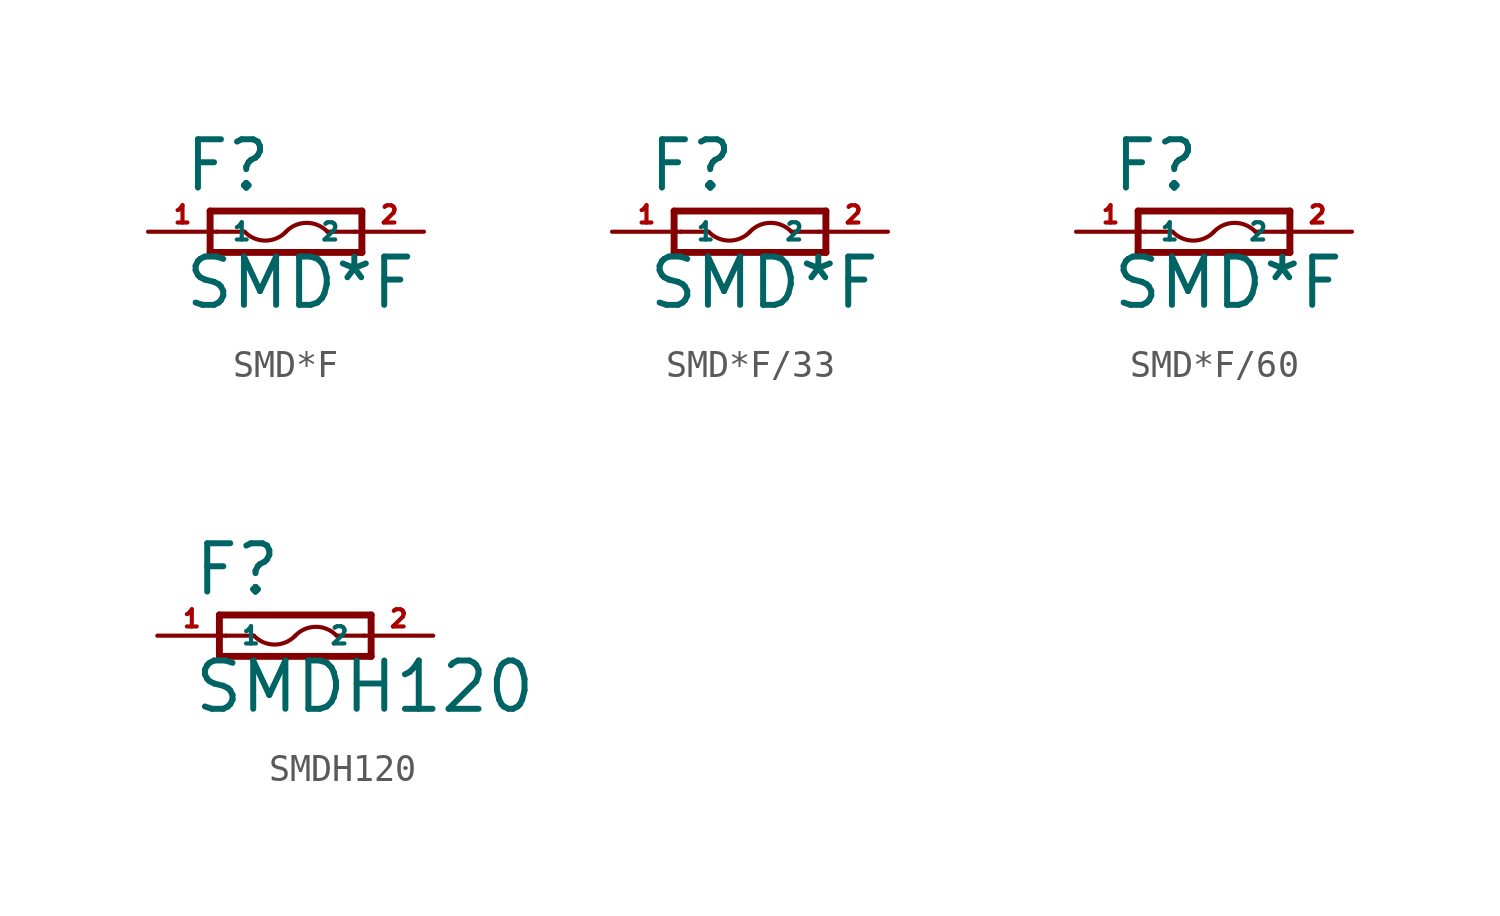
<source format=kicad_sym>
(kicad_symbol_lib
  (version 20220914)
  (generator Eagle2Kicad)
  (symbol "SMD*F"
    (property "Reference" "F"
      (at -3.81 1.397 0)
      (effects (font (size 1.778 1.778) (thickness 0.22)) (justify left bottom)))
    (property "Value" "SMD*F"
      (at -3.81 -2.921 0)
      (effects (font (size 1.778 1.778) (thickness 0.22)) (justify left bottom)))
    (polyline
      (pts (xy -2.794 -0.762) (xy 2.794 -0.762))
      (stroke (width 0.254) (type default))
      (fill (type none)))
    (polyline
      (pts (xy 2.794 0.762) (xy -2.794 0.762))
      (stroke (width 0.254) (type default))
      (fill (type none)))
    (polyline
      (pts (xy 2.794 -0.762) (xy 2.794 0.762))
      (stroke (width 0.254) (type default))
      (fill (type none)))
    (polyline
      (pts (xy -2.794 0.762) (xy -2.794 -0.762))
      (stroke (width 0.254) (type default))
      (fill (type none)))
    (polyline
      (pts (xy -2.54 0) (xy -1.524 0))
      (stroke (width 0.152) (type default))
      (fill (type none)))
    (arc
      (start -1.524 0)
      (mid -0.762 -0.327)
      (end 0 0)
      (stroke (width 0.1524) (type default))
      (fill (type none)))
    (polyline
      (pts (xy 1.524 0) (xy 2.54 0))
      (stroke (width 0.152) (type default))
      (fill (type none)))
    (arc
      (start 1.524 0)
      (mid 0.762 0.327)
      (end 0 0)
      (stroke (width 0.1524) (type default))
      (fill (type none)))
    (pin passive line
      (at 5.08 0 180)
      (length 2.54)
      (name "2" (effects (font (size 0.635 0.635) (thickness 0.08)) (justify left bottom)))
      (number "2" (effects (font (size 0.635 0.635) (thickness 0.08)) (justify left bottom))))
    (pin passive line
      (at -5.08 0 0)
      (length 2.54)
      (name "1" (effects (font (size 0.635 0.635) (thickness 0.08)) (justify left bottom)))
      (number "1" (effects (font (size 0.635 0.635) (thickness 0.08)) (justify left bottom)))))
  (symbol "SMD*F/33"
    (property "Reference" "F"
      (at -3.81 1.397 0)
      (effects (font (size 1.778 1.778) (thickness 0.22)) (justify left bottom)))
    (property "Value" "SMD*F"
      (at -3.81 -2.921 0)
      (effects (font (size 1.778 1.778) (thickness 0.22)) (justify left bottom)))
    (polyline
      (pts (xy -2.794 -0.762) (xy 2.794 -0.762))
      (stroke (width 0.254) (type default))
      (fill (type none)))
    (polyline
      (pts (xy 2.794 0.762) (xy -2.794 0.762))
      (stroke (width 0.254) (type default))
      (fill (type none)))
    (polyline
      (pts (xy 2.794 -0.762) (xy 2.794 0.762))
      (stroke (width 0.254) (type default))
      (fill (type none)))
    (polyline
      (pts (xy -2.794 0.762) (xy -2.794 -0.762))
      (stroke (width 0.254) (type default))
      (fill (type none)))
    (polyline
      (pts (xy -2.54 0) (xy -1.524 0))
      (stroke (width 0.152) (type default))
      (fill (type none)))
    (arc
      (start -1.524 0)
      (mid -0.762 -0.327)
      (end 0 0)
      (stroke (width 0.1524) (type default))
      (fill (type none)))
    (polyline
      (pts (xy 1.524 0) (xy 2.54 0))
      (stroke (width 0.152) (type default))
      (fill (type none)))
    (arc
      (start 1.524 0)
      (mid 0.762 0.327)
      (end 0 0)
      (stroke (width 0.1524) (type default))
      (fill (type none)))
    (pin passive line
      (at 5.08 0 180)
      (length 2.54)
      (name "2" (effects (font (size 0.635 0.635) (thickness 0.08)) (justify left bottom)))
      (number "2" (effects (font (size 0.635 0.635) (thickness 0.08)) (justify left bottom))))
    (pin passive line
      (at -5.08 0 0)
      (length 2.54)
      (name "1" (effects (font (size 0.635 0.635) (thickness 0.08)) (justify left bottom)))
      (number "1" (effects (font (size 0.635 0.635) (thickness 0.08)) (justify left bottom)))))
  (symbol "SMD*F/60"
    (property "Reference" "F"
      (at -3.81 1.397 0)
      (effects (font (size 1.778 1.778) (thickness 0.22)) (justify left bottom)))
    (property "Value" "SMD*F"
      (at -3.81 -2.921 0)
      (effects (font (size 1.778 1.778) (thickness 0.22)) (justify left bottom)))
    (polyline
      (pts (xy -2.794 -0.762) (xy 2.794 -0.762))
      (stroke (width 0.254) (type default))
      (fill (type none)))
    (polyline
      (pts (xy 2.794 0.762) (xy -2.794 0.762))
      (stroke (width 0.254) (type default))
      (fill (type none)))
    (polyline
      (pts (xy 2.794 -0.762) (xy 2.794 0.762))
      (stroke (width 0.254) (type default))
      (fill (type none)))
    (polyline
      (pts (xy -2.794 0.762) (xy -2.794 -0.762))
      (stroke (width 0.254) (type default))
      (fill (type none)))
    (polyline
      (pts (xy -2.54 0) (xy -1.524 0))
      (stroke (width 0.152) (type default))
      (fill (type none)))
    (arc
      (start -1.524 0)
      (mid -0.762 -0.327)
      (end 0 0)
      (stroke (width 0.1524) (type default))
      (fill (type none)))
    (polyline
      (pts (xy 1.524 0) (xy 2.54 0))
      (stroke (width 0.152) (type default))
      (fill (type none)))
    (arc
      (start 1.524 0)
      (mid 0.762 0.327)
      (end 0 0)
      (stroke (width 0.1524) (type default))
      (fill (type none)))
    (pin passive line
      (at 5.08 0 180)
      (length 2.54)
      (name "2" (effects (font (size 0.635 0.635) (thickness 0.08)) (justify left bottom)))
      (number "2" (effects (font (size 0.635 0.635) (thickness 0.08)) (justify left bottom))))
    (pin passive line
      (at -5.08 0 0)
      (length 2.54)
      (name "1" (effects (font (size 0.635 0.635) (thickness 0.08)) (justify left bottom)))
      (number "1" (effects (font (size 0.635 0.635) (thickness 0.08)) (justify left bottom)))))
  (symbol "SMDH120"
    (property "Reference" "F"
      (at -3.81 1.397 0)
      (effects (font (size 1.778 1.778) (thickness 0.22)) (justify left bottom)))
    (property "Value" "SMDH120"
      (at -3.81 -2.921 0)
      (effects (font (size 1.778 1.778) (thickness 0.22)) (justify left bottom)))
    (polyline
      (pts (xy -2.794 -0.762) (xy 2.794 -0.762))
      (stroke (width 0.254) (type default))
      (fill (type none)))
    (polyline
      (pts (xy 2.794 0.762) (xy -2.794 0.762))
      (stroke (width 0.254) (type default))
      (fill (type none)))
    (polyline
      (pts (xy 2.794 -0.762) (xy 2.794 0.762))
      (stroke (width 0.254) (type default))
      (fill (type none)))
    (polyline
      (pts (xy -2.794 0.762) (xy -2.794 -0.762))
      (stroke (width 0.254) (type default))
      (fill (type none)))
    (polyline
      (pts (xy -2.54 0) (xy -1.524 0))
      (stroke (width 0.152) (type default))
      (fill (type none)))
    (arc
      (start -1.524 0)
      (mid -0.762 -0.327)
      (end 0 0)
      (stroke (width 0.1524) (type default))
      (fill (type none)))
    (polyline
      (pts (xy 1.524 0) (xy 2.54 0))
      (stroke (width 0.152) (type default))
      (fill (type none)))
    (arc
      (start 1.524 0)
      (mid 0.762 0.327)
      (end 0 0)
      (stroke (width 0.1524) (type default))
      (fill (type none)))
    (pin passive line
      (at 5.08 0 180)
      (length 2.54)
      (name "2" (effects (font (size 0.635 0.635) (thickness 0.08)) (justify left bottom)))
      (number "2" (effects (font (size 0.635 0.635) (thickness 0.08)) (justify left bottom))))
    (pin passive line
      (at -5.08 0 0)
      (length 2.54)
      (name "1" (effects (font (size 0.635 0.635) (thickness 0.08)) (justify left bottom)))
      (number "1" (effects (font (size 0.635 0.635) (thickness 0.08)) (justify left bottom))))))
</source>
